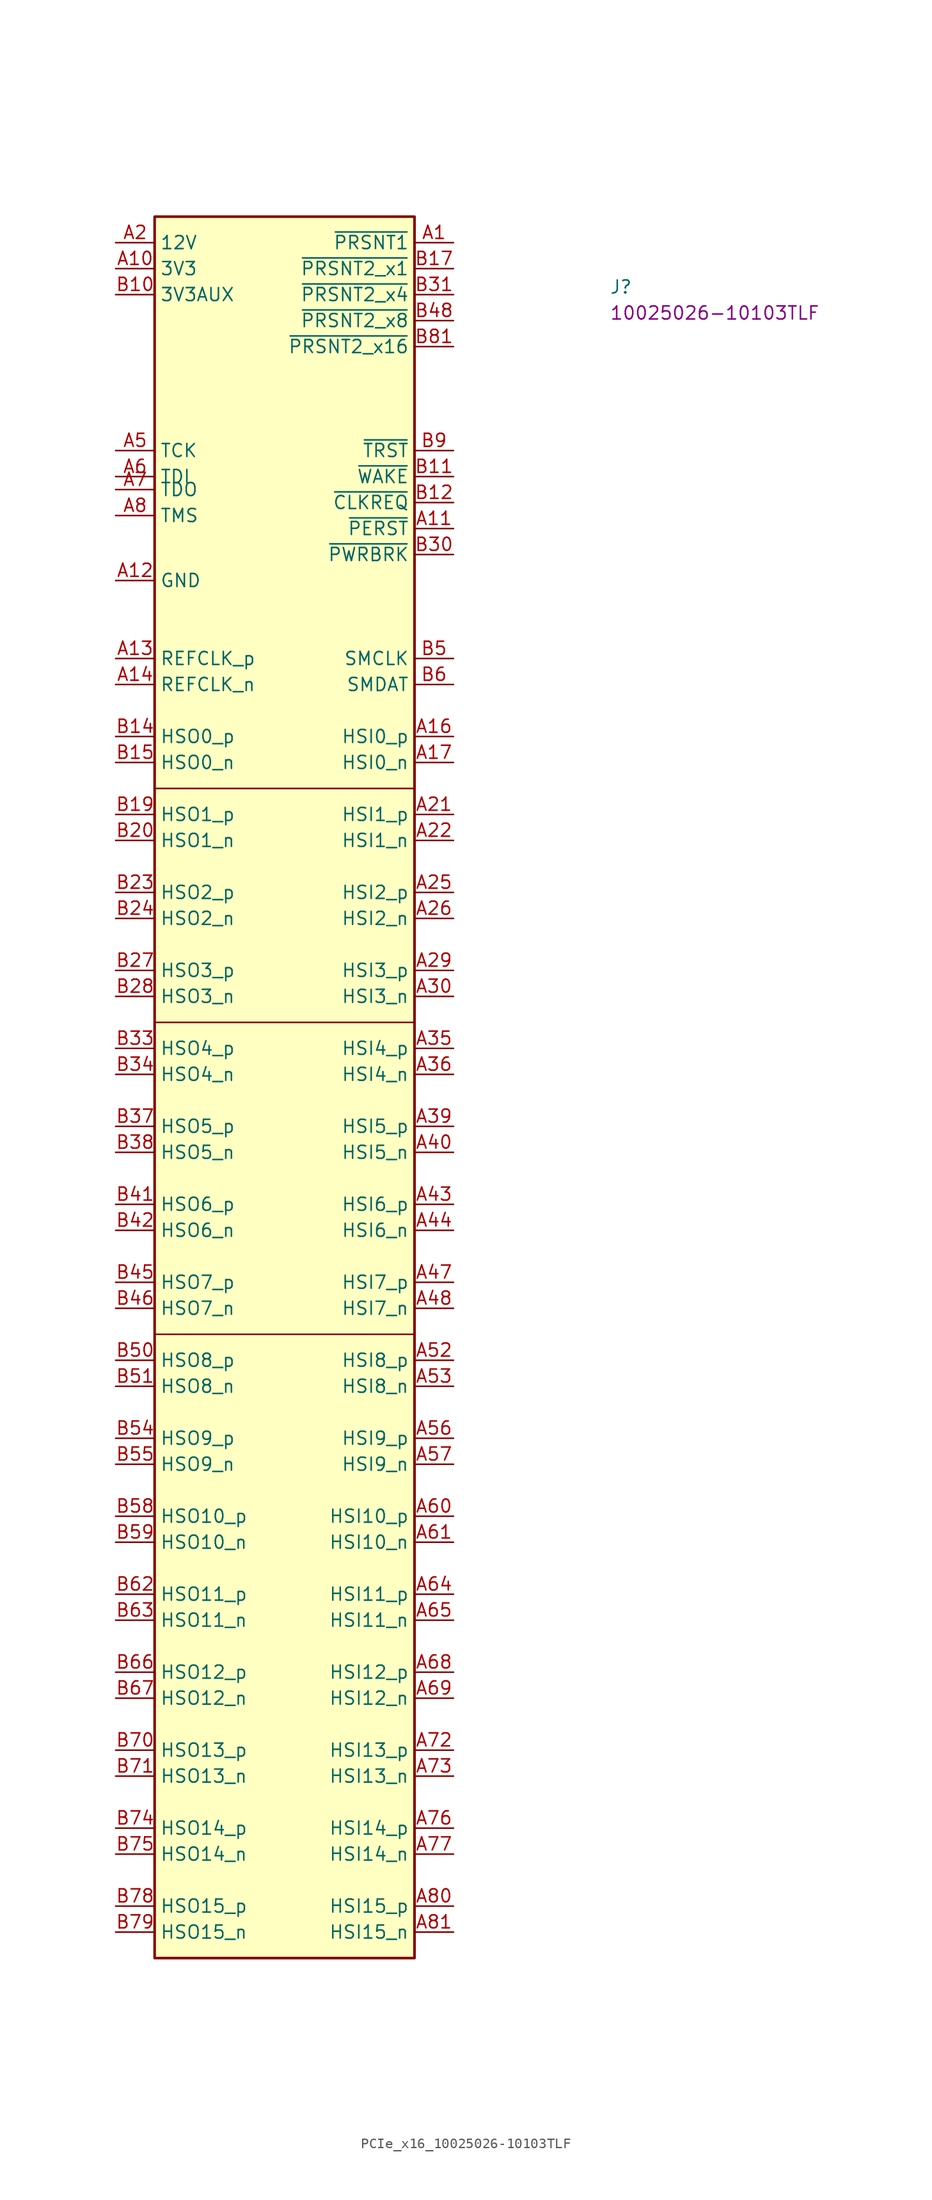
<source format=kicad_sym>
(kicad_symbol_lib
  (version 20220914)
  (generator kicad_symbol_editor)
  (symbol "PCIe_x16_10025026-10103TLF"
    (property "Reference" "J"
      (at 48.26 -5.08 0)
      (effects (font (size 1.27 1.27) (thickness 0.15)) (justify left bottom)))
    (property "MPN" "10025026-10103TLF"
      (at 48.26 -7.62 0)
      (effects (font (size 1.27 1.27)) (justify left bottom)))
    (symbol "PCIe_x16_10025026-10103TLF_0_1"
      (polyline (pts (xy 3.81 -106.68) (xy 29.21 -106.68)) (stroke (width 0) (type default)) (fill (type none)))
      (polyline (pts (xy 3.81 -76.2) (xy 29.21 -76.2)) (stroke (width 0) (type default)) (fill (type none)))
      (polyline (pts (xy 29.21 -53.34) (xy 3.81 -53.34)) (stroke (width 0) (type default)) (fill (type none))))
    (symbol "PCIe_x16_10025026-10103TLF_1_1"
      (rectangle (start 3.81 2.54) (end 29.21 -167.64) (stroke (width 0.254) (type default)) (fill (type background)))
      (pin passive line (at 33.02 0 180) (length 3.81) (name "~{PRSNT1}" (effects (font (size 1.27 1.27)))) (number "A1" (effects (font (size 1.27 1.27)))))
      (pin power_in line (at 0 -2.54 0) (length 3.81) (name "3V3" (effects (font (size 1.27 1.27)))) (number "A10" (effects (font (size 1.27 1.27)))))
      (pin open_collector line (at 33.02 -27.94 180) (length 3.81) (name "~{PERST}" (effects (font (size 1.27 1.27)))) (number "A11" (effects (font (size 1.27 1.27)))))
      (pin passive line (at 0 -33.02 0) (length 3.81) (name "GND" (effects (font (size 1.27 1.27)))) (number "A12" (effects (font (size 1.27 1.27)))))
      (pin input line (at 0 -40.64 0) (length 3.81) (name "REFCLK_p" (effects (font (size 1.27 1.27)))) (number "A13" (effects (font (size 1.27 1.27)))))
      (pin input line (at 0 -43.18 0) (length 3.81) (name "REFCLK_n" (effects (font (size 1.27 1.27)))) (number "A14" (effects (font (size 1.27 1.27)))))
      (pin passive line (at 0 -33.02 0) (length 3.81) hide (name "GND" (effects (font (size 1.27 1.27)))) (number "A15" (effects (font (size 1.27 1.27)))))
      (pin output line (at 33.02 -48.26 180) (length 3.81) (name "HSI0_p" (effects (font (size 1.27 1.27)))) (number "A16" (effects (font (size 1.27 1.27)))))
      (pin output line (at 33.02 -50.8 180) (length 3.81) (name "HSI0_n" (effects (font (size 1.27 1.27)))) (number "A17" (effects (font (size 1.27 1.27)))))
      (pin passive line (at 0 -33.02 0) (length 3.81) hide (name "GND" (effects (font (size 1.27 1.27)))) (number "A18" (effects (font (size 1.27 1.27)))))
      (pin no_connect line (at 3.81 -7.62 0) (length 3.81) hide (name "NC" (effects (font (size 1.27 1.27)))) (number "A19" (effects (font (size 1.27 1.27)))))
      (pin power_in line (at 0 0 0) (length 3.81) (name "12V" (effects (font (size 1.27 1.27)))) (number "A2" (effects (font (size 1.27 1.27)))))
      (pin passive line (at 0 -33.02 0) (length 3.81) hide (name "GND" (effects (font (size 1.27 1.27)))) (number "A20" (effects (font (size 1.27 1.27)))))
      (pin output line (at 33.02 -55.88 180) (length 3.81) (name "HSI1_p" (effects (font (size 1.27 1.27)))) (number "A21" (effects (font (size 1.27 1.27)))))
      (pin output line (at 33.02 -58.42 180) (length 3.81) (name "HSI1_n" (effects (font (size 1.27 1.27)))) (number "A22" (effects (font (size 1.27 1.27)))))
      (pin passive line (at 0 -33.02 0) (length 3.81) hide (name "GND" (effects (font (size 1.27 1.27)))) (number "A23" (effects (font (size 1.27 1.27)))))
      (pin passive line (at 0 -33.02 0) (length 3.81) hide (name "GND" (effects (font (size 1.27 1.27)))) (number "A24" (effects (font (size 1.27 1.27)))))
      (pin output line (at 33.02 -63.5 180) (length 3.81) (name "HSI2_p" (effects (font (size 1.27 1.27)))) (number "A25" (effects (font (size 1.27 1.27)))))
      (pin output line (at 33.02 -66.04 180) (length 3.81) (name "HSI2_n" (effects (font (size 1.27 1.27)))) (number "A26" (effects (font (size 1.27 1.27)))))
      (pin passive line (at 0 -33.02 0) (length 3.81) hide (name "GND" (effects (font (size 1.27 1.27)))) (number "A27" (effects (font (size 1.27 1.27)))))
      (pin passive line (at 0 -33.02 0) (length 3.81) hide (name "GND" (effects (font (size 1.27 1.27)))) (number "A28" (effects (font (size 1.27 1.27)))))
      (pin output line (at 33.02 -71.12 180) (length 3.81) (name "HSI3_p" (effects (font (size 1.27 1.27)))) (number "A29" (effects (font (size 1.27 1.27)))))
      (pin passive line (at 0 0 0) (length 3.81) hide (name "12V" (effects (font (size 1.27 1.27)))) (number "A3" (effects (font (size 1.27 1.27)))))
      (pin output line (at 33.02 -73.66 180) (length 3.81) (name "HSI3_n" (effects (font (size 1.27 1.27)))) (number "A30" (effects (font (size 1.27 1.27)))))
      (pin passive line (at 0 -33.02 0) (length 3.81) hide (name "GND" (effects (font (size 1.27 1.27)))) (number "A31" (effects (font (size 1.27 1.27)))))
      (pin no_connect line (at 3.81 -10.16 0) (length 3.81) hide (name "NC" (effects (font (size 1.27 1.27)))) (number "A32" (effects (font (size 1.27 1.27)))))
      (pin no_connect line (at 3.81 -12.7 0) (length 3.81) hide (name "NC" (effects (font (size 1.27 1.27)))) (number "A33" (effects (font (size 1.27 1.27)))))
      (pin passive line (at 0 -33.02 0) (length 3.81) hide (name "GND" (effects (font (size 1.27 1.27)))) (number "A34" (effects (font (size 1.27 1.27)))))
      (pin output line (at 33.02 -78.74 180) (length 3.81) (name "HSI4_p" (effects (font (size 1.27 1.27)))) (number "A35" (effects (font (size 1.27 1.27)))))
      (pin output line (at 33.02 -81.28 180) (length 3.81) (name "HSI4_n" (effects (font (size 1.27 1.27)))) (number "A36" (effects (font (size 1.27 1.27)))))
      (pin passive line (at 0 -33.02 0) (length 3.81) hide (name "GND" (effects (font (size 1.27 1.27)))) (number "A37" (effects (font (size 1.27 1.27)))))
      (pin passive line (at 0 -33.02 0) (length 3.81) hide (name "GND" (effects (font (size 1.27 1.27)))) (number "A38" (effects (font (size 1.27 1.27)))))
      (pin output line (at 33.02 -86.36 180) (length 3.81) (name "HSI5_p" (effects (font (size 1.27 1.27)))) (number "A39" (effects (font (size 1.27 1.27)))))
      (pin passive line (at 0 -33.02 0) (length 3.81) hide (name "GND" (effects (font (size 1.27 1.27)))) (number "A4" (effects (font (size 1.27 1.27)))))
      (pin output line (at 33.02 -88.9 180) (length 3.81) (name "HSI5_n" (effects (font (size 1.27 1.27)))) (number "A40" (effects (font (size 1.27 1.27)))))
      (pin passive line (at 0 -33.02 0) (length 3.81) hide (name "GND" (effects (font (size 1.27 1.27)))) (number "A41" (effects (font (size 1.27 1.27)))))
      (pin passive line (at 0 -33.02 0) (length 3.81) hide (name "GND" (effects (font (size 1.27 1.27)))) (number "A42" (effects (font (size 1.27 1.27)))))
      (pin output line (at 33.02 -93.98 180) (length 3.81) (name "HSI6_p" (effects (font (size 1.27 1.27)))) (number "A43" (effects (font (size 1.27 1.27)))))
      (pin output line (at 33.02 -96.52 180) (length 3.81) (name "HSI6_n" (effects (font (size 1.27 1.27)))) (number "A44" (effects (font (size 1.27 1.27)))))
      (pin passive line (at 0 -33.02 0) (length 3.81) hide (name "GND" (effects (font (size 1.27 1.27)))) (number "A45" (effects (font (size 1.27 1.27)))))
      (pin passive line (at 0 -33.02 0) (length 3.81) hide (name "GND" (effects (font (size 1.27 1.27)))) (number "A46" (effects (font (size 1.27 1.27)))))
      (pin output line (at 33.02 -101.6 180) (length 3.81) (name "HSI7_p" (effects (font (size 1.27 1.27)))) (number "A47" (effects (font (size 1.27 1.27)))))
      (pin output line (at 33.02 -104.14 180) (length 3.81) (name "HSI7_n" (effects (font (size 1.27 1.27)))) (number "A48" (effects (font (size 1.27 1.27)))))
      (pin passive line (at 0 -33.02 0) (length 3.81) hide (name "GND" (effects (font (size 1.27 1.27)))) (number "A49" (effects (font (size 1.27 1.27)))))
      (pin input line (at 0 -20.32 0) (length 3.81) (name "TCK" (effects (font (size 1.27 1.27)))) (number "A5" (effects (font (size 1.27 1.27)))))
      (pin no_connect line (at 3.81 -15.24 0) (length 3.81) hide (name "NC" (effects (font (size 1.27 1.27)))) (number "A50" (effects (font (size 1.27 1.27)))))
      (pin passive line (at 0 -33.02 0) (length 3.81) hide (name "GND" (effects (font (size 1.27 1.27)))) (number "A51" (effects (font (size 1.27 1.27)))))
      (pin output line (at 33.02 -109.22 180) (length 3.81) (name "HSI8_p" (effects (font (size 1.27 1.27)))) (number "A52" (effects (font (size 1.27 1.27)))))
      (pin output line (at 33.02 -111.76 180) (length 3.81) (name "HSI8_n" (effects (font (size 1.27 1.27)))) (number "A53" (effects (font (size 1.27 1.27)))))
      (pin passive line (at 0 -33.02 0) (length 3.81) hide (name "GND" (effects (font (size 1.27 1.27)))) (number "A54" (effects (font (size 1.27 1.27)))))
      (pin passive line (at 0 -33.02 0) (length 3.81) hide (name "GND" (effects (font (size 1.27 1.27)))) (number "A55" (effects (font (size 1.27 1.27)))))
      (pin output line (at 33.02 -116.84 180) (length 3.81) (name "HSI9_p" (effects (font (size 1.27 1.27)))) (number "A56" (effects (font (size 1.27 1.27)))))
      (pin output line (at 33.02 -119.38 180) (length 3.81) (name "HSI9_n" (effects (font (size 1.27 1.27)))) (number "A57" (effects (font (size 1.27 1.27)))))
      (pin passive line (at 0 -33.02 0) (length 3.81) hide (name "GND" (effects (font (size 1.27 1.27)))) (number "A58" (effects (font (size 1.27 1.27)))))
      (pin passive line (at 0 -33.02 0) (length 3.81) hide (name "GND" (effects (font (size 1.27 1.27)))) (number "A59" (effects (font (size 1.27 1.27)))))
      (pin input line (at 0 -22.86 0) (length 3.81) (name "TDI" (effects (font (size 1.27 1.27)))) (number "A6" (effects (font (size 1.27 1.27)))))
      (pin output line (at 33.02 -124.46 180) (length 3.81) (name "HSI10_p" (effects (font (size 1.27 1.27)))) (number "A60" (effects (font (size 1.27 1.27)))))
      (pin output line (at 33.02 -127 180) (length 3.81) (name "HSI10_n" (effects (font (size 1.27 1.27)))) (number "A61" (effects (font (size 1.27 1.27)))))
      (pin passive line (at 0 -33.02 0) (length 3.81) hide (name "GND" (effects (font (size 1.27 1.27)))) (number "A62" (effects (font (size 1.27 1.27)))))
      (pin passive line (at 0 -33.02 0) (length 3.81) hide (name "GND" (effects (font (size 1.27 1.27)))) (number "A63" (effects (font (size 1.27 1.27)))))
      (pin output line (at 33.02 -132.08 180) (length 3.81) (name "HSI11_p" (effects (font (size 1.27 1.27)))) (number "A64" (effects (font (size 1.27 1.27)))))
      (pin output line (at 33.02 -134.62 180) (length 3.81) (name "HSI11_n" (effects (font (size 1.27 1.27)))) (number "A65" (effects (font (size 1.27 1.27)))))
      (pin passive line (at 0 -33.02 0) (length 3.81) hide (name "GND" (effects (font (size 1.27 1.27)))) (number "A66" (effects (font (size 1.27 1.27)))))
      (pin passive line (at 0 -33.02 0) (length 3.81) hide (name "GND" (effects (font (size 1.27 1.27)))) (number "A67" (effects (font (size 1.27 1.27)))))
      (pin output line (at 33.02 -139.7 180) (length 3.81) (name "HSI12_p" (effects (font (size 1.27 1.27)))) (number "A68" (effects (font (size 1.27 1.27)))))
      (pin output line (at 33.02 -142.24 180) (length 3.81) (name "HSI12_n" (effects (font (size 1.27 1.27)))) (number "A69" (effects (font (size 1.27 1.27)))))
      (pin output line (at 0 -24.13 0) (length 3.81) (name "TDO" (effects (font (size 1.27 1.27)))) (number "A7" (effects (font (size 1.27 1.27)))))
      (pin passive line (at 0 -33.02 0) (length 3.81) hide (name "GND" (effects (font (size 1.27 1.27)))) (number "A70" (effects (font (size 1.27 1.27)))))
      (pin passive line (at 0 -33.02 0) (length 3.81) hide (name "GND" (effects (font (size 1.27 1.27)))) (number "A71" (effects (font (size 1.27 1.27)))))
      (pin output line (at 33.02 -147.32 180) (length 3.81) (name "HSI13_p" (effects (font (size 1.27 1.27)))) (number "A72" (effects (font (size 1.27 1.27)))))
      (pin output line (at 33.02 -149.86 180) (length 3.81) (name "HSI13_n" (effects (font (size 1.27 1.27)))) (number "A73" (effects (font (size 1.27 1.27)))))
      (pin passive line (at 0 -33.02 0) (length 3.81) hide (name "GND" (effects (font (size 1.27 1.27)))) (number "A74" (effects (font (size 1.27 1.27)))))
      (pin passive line (at 0 -33.02 0) (length 3.81) hide (name "GND" (effects (font (size 1.27 1.27)))) (number "A75" (effects (font (size 1.27 1.27)))))
      (pin output line (at 33.02 -154.94 180) (length 3.81) (name "HSI14_p" (effects (font (size 1.27 1.27)))) (number "A76" (effects (font (size 1.27 1.27)))))
      (pin output line (at 33.02 -157.48 180) (length 3.81) (name "HSI14_n" (effects (font (size 1.27 1.27)))) (number "A77" (effects (font (size 1.27 1.27)))))
      (pin passive line (at 0 -33.02 0) (length 3.81) hide (name "GND" (effects (font (size 1.27 1.27)))) (number "A78" (effects (font (size 1.27 1.27)))))
      (pin passive line (at 0 -33.02 0) (length 3.81) hide (name "GND" (effects (font (size 1.27 1.27)))) (number "A79" (effects (font (size 1.27 1.27)))))
      (pin input line (at 0 -26.67 0) (length 3.81) (name "TMS" (effects (font (size 1.27 1.27)))) (number "A8" (effects (font (size 1.27 1.27)))))
      (pin output line (at 33.02 -162.56 180) (length 3.81) (name "HSI15_p" (effects (font (size 1.27 1.27)))) (number "A80" (effects (font (size 1.27 1.27)))))
      (pin output line (at 33.02 -165.1 180) (length 3.81) (name "HSI15_n" (effects (font (size 1.27 1.27)))) (number "A81" (effects (font (size 1.27 1.27)))))
      (pin passive line (at 0 -33.02 0) (length 3.81) hide (name "GND" (effects (font (size 1.27 1.27)))) (number "A82" (effects (font (size 1.27 1.27)))))
      (pin passive line (at 0 -2.54 0) (length 3.81) hide (name "3V3" (effects (font (size 1.27 1.27)))) (number "A9" (effects (font (size 1.27 1.27)))))
      (pin passive line (at 0 0 0) (length 3.81) hide (name "12V" (effects (font (size 1.27 1.27)))) (number "B1" (effects (font (size 1.27 1.27)))))
      (pin power_in line (at 0 -5.08 0) (length 3.81) (name "3V3AUX" (effects (font (size 1.27 1.27)))) (number "B10" (effects (font (size 1.27 1.27)))))
      (pin open_collector line (at 33.02 -22.86 180) (length 3.81) (name "~{WAKE}" (effects (font (size 1.27 1.27)))) (number "B11" (effects (font (size 1.27 1.27)))))
      (pin open_collector line (at 33.02 -25.4 180) (length 3.81) (name "~{CLKREQ}" (effects (font (size 1.27 1.27)))) (number "B12" (effects (font (size 1.27 1.27)))))
      (pin passive line (at 0 -33.02 0) (length 3.81) hide (name "GND" (effects (font (size 1.27 1.27)))) (number "B13" (effects (font (size 1.27 1.27)))))
      (pin input line (at 0 -48.26 0) (length 3.81) (name "HSO0_p" (effects (font (size 1.27 1.27)))) (number "B14" (effects (font (size 1.27 1.27)))))
      (pin input line (at 0 -50.8 0) (length 3.81) (name "HSO0_n" (effects (font (size 1.27 1.27)))) (number "B15" (effects (font (size 1.27 1.27)))))
      (pin passive line (at 0 -33.02 0) (length 3.81) hide (name "GND" (effects (font (size 1.27 1.27)))) (number "B16" (effects (font (size 1.27 1.27)))))
      (pin passive line (at 33.02 -2.54 180) (length 3.81) (name "~{PRSNT2_x1}" (effects (font (size 1.27 1.27)))) (number "B17" (effects (font (size 1.27 1.27)))))
      (pin passive line (at 0 -33.02 0) (length 3.81) hide (name "GND" (effects (font (size 1.27 1.27)))) (number "B18" (effects (font (size 1.27 1.27)))))
      (pin input line (at 0 -55.88 0) (length 3.81) (name "HSO1_p" (effects (font (size 1.27 1.27)))) (number "B19" (effects (font (size 1.27 1.27)))))
      (pin passive line (at 0 0 0) (length 3.81) hide (name "12V" (effects (font (size 1.27 1.27)))) (number "B2" (effects (font (size 1.27 1.27)))))
      (pin input line (at 0 -58.42 0) (length 3.81) (name "HSO1_n" (effects (font (size 1.27 1.27)))) (number "B20" (effects (font (size 1.27 1.27)))))
      (pin passive line (at 0 -33.02 0) (length 3.81) hide (name "GND" (effects (font (size 1.27 1.27)))) (number "B21" (effects (font (size 1.27 1.27)))))
      (pin passive line (at 0 -33.02 0) (length 3.81) hide (name "GND" (effects (font (size 1.27 1.27)))) (number "B22" (effects (font (size 1.27 1.27)))))
      (pin input line (at 0 -63.5 0) (length 3.81) (name "HSO2_p" (effects (font (size 1.27 1.27)))) (number "B23" (effects (font (size 1.27 1.27)))))
      (pin input line (at 0 -66.04 0) (length 3.81) (name "HSO2_n" (effects (font (size 1.27 1.27)))) (number "B24" (effects (font (size 1.27 1.27)))))
      (pin passive line (at 0 -33.02 0) (length 3.81) hide (name "GND" (effects (font (size 1.27 1.27)))) (number "B25" (effects (font (size 1.27 1.27)))))
      (pin passive line (at 0 -33.02 0) (length 3.81) hide (name "GND" (effects (font (size 1.27 1.27)))) (number "B26" (effects (font (size 1.27 1.27)))))
      (pin input line (at 0 -71.12 0) (length 3.81) (name "HSO3_p" (effects (font (size 1.27 1.27)))) (number "B27" (effects (font (size 1.27 1.27)))))
      (pin input line (at 0 -73.66 0) (length 3.81) (name "HSO3_n" (effects (font (size 1.27 1.27)))) (number "B28" (effects (font (size 1.27 1.27)))))
      (pin passive line (at 0 -33.02 0) (length 3.81) hide (name "GND" (effects (font (size 1.27 1.27)))) (number "B29" (effects (font (size 1.27 1.27)))))
      (pin passive line (at 0 0 0) (length 3.81) hide (name "12V" (effects (font (size 1.27 1.27)))) (number "B3" (effects (font (size 1.27 1.27)))))
      (pin open_collector line (at 33.02 -30.48 180) (length 3.81) (name "~{PWRBRK}" (effects (font (size 1.27 1.27)))) (number "B30" (effects (font (size 1.27 1.27)))))
      (pin passive line (at 33.02 -5.08 180) (length 3.81) (name "~{PRSNT2_x4}" (effects (font (size 1.27 1.27)))) (number "B31" (effects (font (size 1.27 1.27)))))
      (pin passive line (at 0 -33.02 0) (length 3.81) hide (name "GND" (effects (font (size 1.27 1.27)))) (number "B32" (effects (font (size 1.27 1.27)))))
      (pin input line (at 0 -78.74 0) (length 3.81) (name "HSO4_p" (effects (font (size 1.27 1.27)))) (number "B33" (effects (font (size 1.27 1.27)))))
      (pin input line (at 0 -81.28 0) (length 3.81) (name "HSO4_n" (effects (font (size 1.27 1.27)))) (number "B34" (effects (font (size 1.27 1.27)))))
      (pin passive line (at 0 -33.02 0) (length 3.81) hide (name "GND" (effects (font (size 1.27 1.27)))) (number "B35" (effects (font (size 1.27 1.27)))))
      (pin passive line (at 0 -33.02 0) (length 3.81) hide (name "GND" (effects (font (size 1.27 1.27)))) (number "B36" (effects (font (size 1.27 1.27)))))
      (pin input line (at 0 -86.36 0) (length 3.81) (name "HSO5_p" (effects (font (size 1.27 1.27)))) (number "B37" (effects (font (size 1.27 1.27)))))
      (pin input line (at 0 -88.9 0) (length 3.81) (name "HSO5_n" (effects (font (size 1.27 1.27)))) (number "B38" (effects (font (size 1.27 1.27)))))
      (pin passive line (at 0 -33.02 0) (length 3.81) hide (name "GND" (effects (font (size 1.27 1.27)))) (number "B39" (effects (font (size 1.27 1.27)))))
      (pin passive line (at 0 -33.02 0) (length 3.81) hide (name "GND" (effects (font (size 1.27 1.27)))) (number "B4" (effects (font (size 1.27 1.27)))))
      (pin passive line (at 0 -33.02 0) (length 3.81) hide (name "GND" (effects (font (size 1.27 1.27)))) (number "B40" (effects (font (size 1.27 1.27)))))
      (pin input line (at 0 -93.98 0) (length 3.81) (name "HSO6_p" (effects (font (size 1.27 1.27)))) (number "B41" (effects (font (size 1.27 1.27)))))
      (pin input line (at 0 -96.52 0) (length 3.81) (name "HSO6_n" (effects (font (size 1.27 1.27)))) (number "B42" (effects (font (size 1.27 1.27)))))
      (pin passive line (at 0 -33.02 0) (length 3.81) hide (name "GND" (effects (font (size 1.27 1.27)))) (number "B43" (effects (font (size 1.27 1.27)))))
      (pin passive line (at 0 -33.02 0) (length 3.81) hide (name "GND" (effects (font (size 1.27 1.27)))) (number "B44" (effects (font (size 1.27 1.27)))))
      (pin input line (at 0 -101.6 0) (length 3.81) (name "HSO7_p" (effects (font (size 1.27 1.27)))) (number "B45" (effects (font (size 1.27 1.27)))))
      (pin input line (at 0 -104.14 0) (length 3.81) (name "HSO7_n" (effects (font (size 1.27 1.27)))) (number "B46" (effects (font (size 1.27 1.27)))))
      (pin passive line (at 0 -33.02 0) (length 3.81) hide (name "GND" (effects (font (size 1.27 1.27)))) (number "B47" (effects (font (size 1.27 1.27)))))
      (pin passive line (at 33.02 -7.62 180) (length 3.81) (name "~{PRSNT2_x8}" (effects (font (size 1.27 1.27)))) (number "B48" (effects (font (size 1.27 1.27)))))
      (pin passive line (at 0 -33.02 0) (length 3.81) hide (name "GND" (effects (font (size 1.27 1.27)))) (number "B49" (effects (font (size 1.27 1.27)))))
      (pin open_collector line (at 33.02 -40.64 180) (length 3.81) (name "SMCLK" (effects (font (size 1.27 1.27)))) (number "B5" (effects (font (size 1.27 1.27)))))
      (pin input line (at 0 -109.22 0) (length 3.81) (name "HSO8_p" (effects (font (size 1.27 1.27)))) (number "B50" (effects (font (size 1.27 1.27)))))
      (pin input line (at 0 -111.76 0) (length 3.81) (name "HSO8_n" (effects (font (size 1.27 1.27)))) (number "B51" (effects (font (size 1.27 1.27)))))
      (pin passive line (at 0 -33.02 0) (length 3.81) hide (name "GND" (effects (font (size 1.27 1.27)))) (number "B52" (effects (font (size 1.27 1.27)))))
      (pin passive line (at 0 -33.02 0) (length 3.81) hide (name "GND" (effects (font (size 1.27 1.27)))) (number "B53" (effects (font (size 1.27 1.27)))))
      (pin input line (at 0 -116.84 0) (length 3.81) (name "HSO9_p" (effects (font (size 1.27 1.27)))) (number "B54" (effects (font (size 1.27 1.27)))))
      (pin input line (at 0 -119.38 0) (length 3.81) (name "HSO9_n" (effects (font (size 1.27 1.27)))) (number "B55" (effects (font (size 1.27 1.27)))))
      (pin passive line (at 0 -33.02 0) (length 3.81) hide (name "GND" (effects (font (size 1.27 1.27)))) (number "B56" (effects (font (size 1.27 1.27)))))
      (pin passive line (at 0 -33.02 0) (length 3.81) hide (name "GND" (effects (font (size 1.27 1.27)))) (number "B57" (effects (font (size 1.27 1.27)))))
      (pin input line (at 0 -124.46 0) (length 3.81) (name "HSO10_p" (effects (font (size 1.27 1.27)))) (number "B58" (effects (font (size 1.27 1.27)))))
      (pin input line (at 0 -127 0) (length 3.81) (name "HSO10_n" (effects (font (size 1.27 1.27)))) (number "B59" (effects (font (size 1.27 1.27)))))
      (pin open_collector line (at 33.02 -43.18 180) (length 3.81) (name "SMDAT" (effects (font (size 1.27 1.27)))) (number "B6" (effects (font (size 1.27 1.27)))))
      (pin passive line (at 0 -33.02 0) (length 3.81) hide (name "GND" (effects (font (size 1.27 1.27)))) (number "B60" (effects (font (size 1.27 1.27)))))
      (pin passive line (at 0 -33.02 0) (length 3.81) hide (name "GND" (effects (font (size 1.27 1.27)))) (number "B61" (effects (font (size 1.27 1.27)))))
      (pin input line (at 0 -132.08 0) (length 3.81) (name "HSO11_p" (effects (font (size 1.27 1.27)))) (number "B62" (effects (font (size 1.27 1.27)))))
      (pin input line (at 0 -134.62 0) (length 3.81) (name "HSO11_n" (effects (font (size 1.27 1.27)))) (number "B63" (effects (font (size 1.27 1.27)))))
      (pin passive line (at 0 -33.02 0) (length 3.81) hide (name "GND" (effects (font (size 1.27 1.27)))) (number "B64" (effects (font (size 1.27 1.27)))))
      (pin passive line (at 0 -33.02 0) (length 3.81) hide (name "GND" (effects (font (size 1.27 1.27)))) (number "B65" (effects (font (size 1.27 1.27)))))
      (pin input line (at 0 -139.7 0) (length 3.81) (name "HSO12_p" (effects (font (size 1.27 1.27)))) (number "B66" (effects (font (size 1.27 1.27)))))
      (pin input line (at 0 -142.24 0) (length 3.81) (name "HSO12_n" (effects (font (size 1.27 1.27)))) (number "B67" (effects (font (size 1.27 1.27)))))
      (pin passive line (at 0 -33.02 0) (length 3.81) hide (name "GND" (effects (font (size 1.27 1.27)))) (number "B68" (effects (font (size 1.27 1.27)))))
      (pin passive line (at 0 -33.02 0) (length 3.81) hide (name "GND" (effects (font (size 1.27 1.27)))) (number "B69" (effects (font (size 1.27 1.27)))))
      (pin passive line (at 0 -33.02 0) (length 3.81) hide (name "GND" (effects (font (size 1.27 1.27)))) (number "B7" (effects (font (size 1.27 1.27)))))
      (pin input line (at 0 -147.32 0) (length 3.81) (name "HSO13_p" (effects (font (size 1.27 1.27)))) (number "B70" (effects (font (size 1.27 1.27)))))
      (pin input line (at 0 -149.86 0) (length 3.81) (name "HSO13_n" (effects (font (size 1.27 1.27)))) (number "B71" (effects (font (size 1.27 1.27)))))
      (pin passive line (at 0 -33.02 0) (length 3.81) hide (name "GND" (effects (font (size 1.27 1.27)))) (number "B72" (effects (font (size 1.27 1.27)))))
      (pin passive line (at 0 -33.02 0) (length 3.81) hide (name "GND" (effects (font (size 1.27 1.27)))) (number "B73" (effects (font (size 1.27 1.27)))))
      (pin input line (at 0 -154.94 0) (length 3.81) (name "HSO14_p" (effects (font (size 1.27 1.27)))) (number "B74" (effects (font (size 1.27 1.27)))))
      (pin input line (at 0 -157.48 0) (length 3.81) (name "HSO14_n" (effects (font (size 1.27 1.27)))) (number "B75" (effects (font (size 1.27 1.27)))))
      (pin passive line (at 0 -33.02 0) (length 3.81) hide (name "GND" (effects (font (size 1.27 1.27)))) (number "B76" (effects (font (size 1.27 1.27)))))
      (pin passive line (at 0 -33.02 0) (length 3.81) hide (name "GND" (effects (font (size 1.27 1.27)))) (number "B77" (effects (font (size 1.27 1.27)))))
      (pin input line (at 0 -162.56 0) (length 3.81) (name "HSO15_p" (effects (font (size 1.27 1.27)))) (number "B78" (effects (font (size 1.27 1.27)))))
      (pin input line (at 0 -165.1 0) (length 3.81) (name "HSO15_n" (effects (font (size 1.27 1.27)))) (number "B79" (effects (font (size 1.27 1.27)))))
      (pin passive line (at 0 -2.54 0) (length 3.81) hide (name "3V3" (effects (font (size 1.27 1.27)))) (number "B8" (effects (font (size 1.27 1.27)))))
      (pin passive line (at 0 -33.02 0) (length 3.81) hide (name "GND" (effects (font (size 1.27 1.27)))) (number "B80" (effects (font (size 1.27 1.27)))))
      (pin passive line (at 33.02 -10.16 180) (length 3.81) (name "~{PRSNT2_x16}" (effects (font (size 1.27 1.27)))) (number "B81" (effects (font (size 1.27 1.27)))))
      (pin no_connect line (at 3.81 -17.78 0) (length 3.81) hide (name "NC" (effects (font (size 1.27 1.27)))) (number "B82" (effects (font (size 1.27 1.27)))))
      (pin input line (at 33.02 -20.32 180) (length 3.81) (name "~{TRST}" (effects (font (size 1.27 1.27)))) (number "B9" (effects (font (size 1.27 1.27))))))))
</source>
